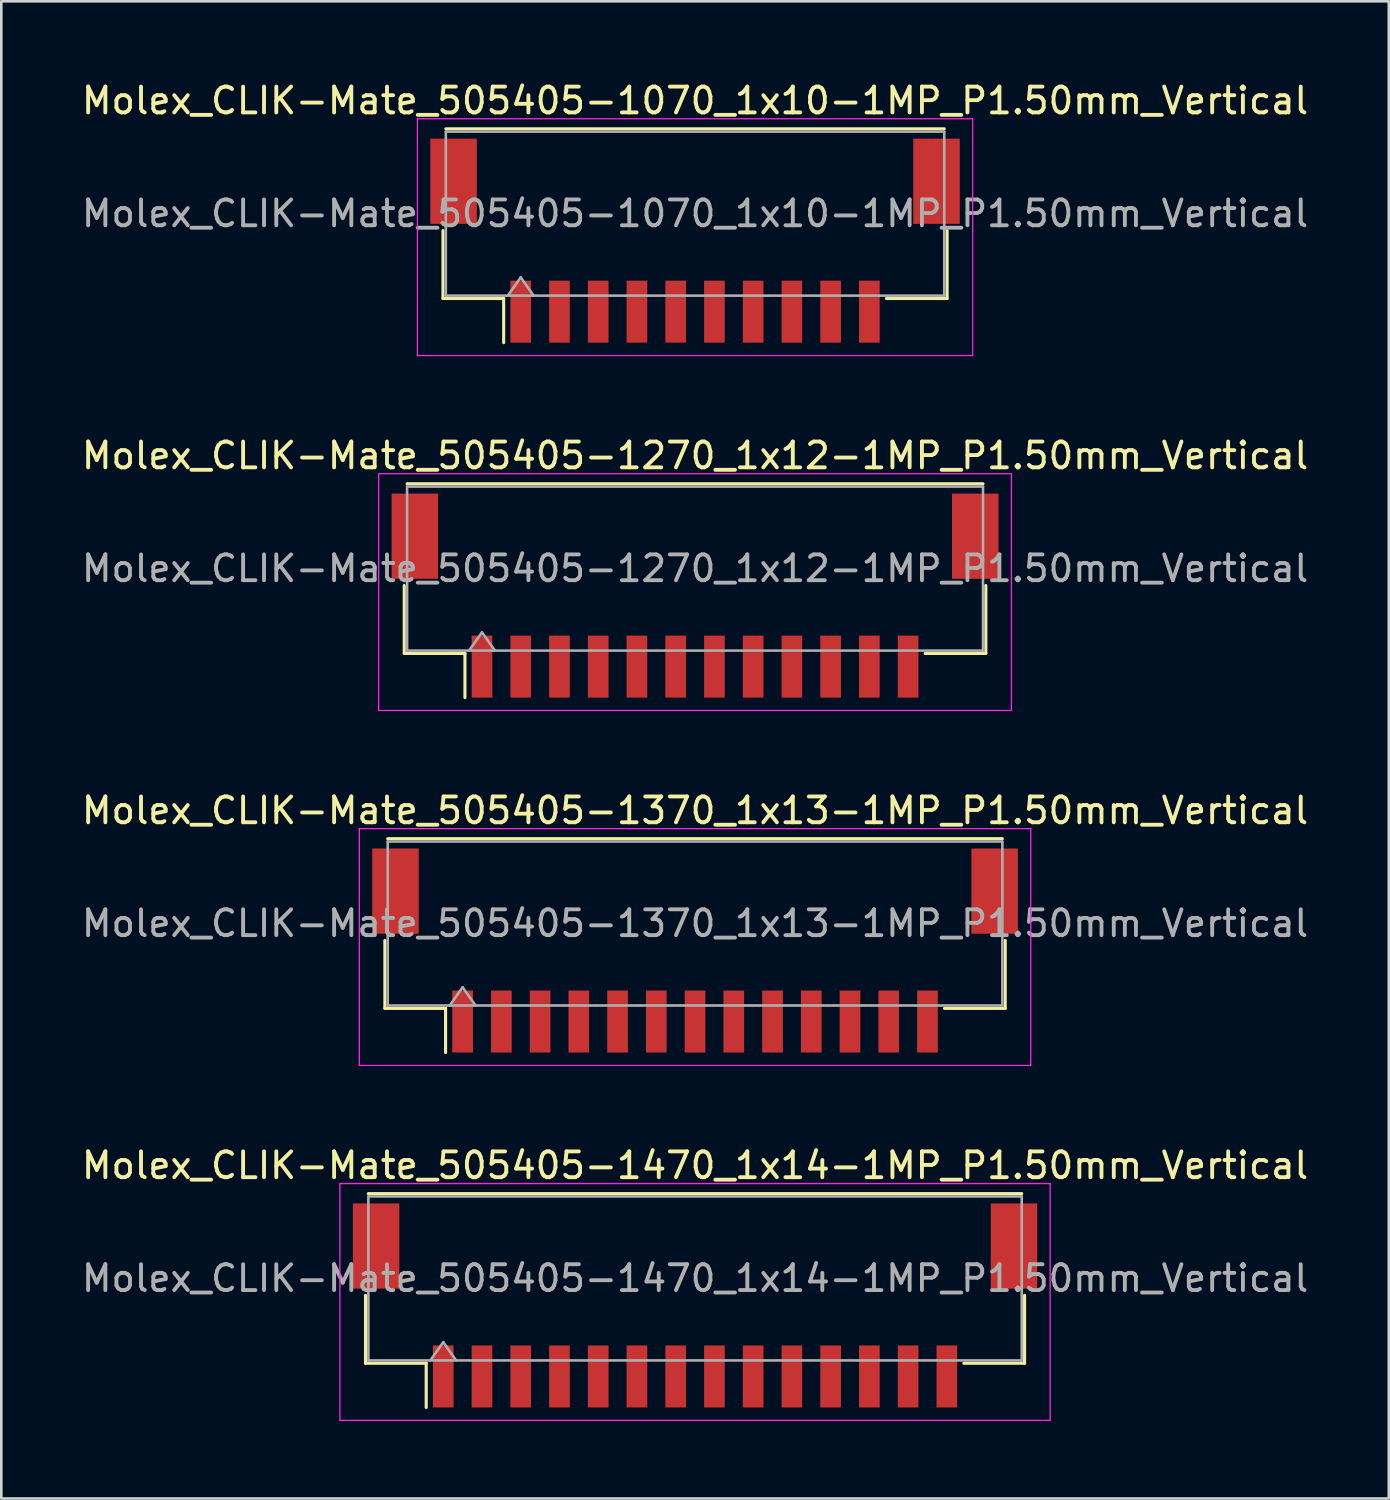
<source format=kicad_pcb>
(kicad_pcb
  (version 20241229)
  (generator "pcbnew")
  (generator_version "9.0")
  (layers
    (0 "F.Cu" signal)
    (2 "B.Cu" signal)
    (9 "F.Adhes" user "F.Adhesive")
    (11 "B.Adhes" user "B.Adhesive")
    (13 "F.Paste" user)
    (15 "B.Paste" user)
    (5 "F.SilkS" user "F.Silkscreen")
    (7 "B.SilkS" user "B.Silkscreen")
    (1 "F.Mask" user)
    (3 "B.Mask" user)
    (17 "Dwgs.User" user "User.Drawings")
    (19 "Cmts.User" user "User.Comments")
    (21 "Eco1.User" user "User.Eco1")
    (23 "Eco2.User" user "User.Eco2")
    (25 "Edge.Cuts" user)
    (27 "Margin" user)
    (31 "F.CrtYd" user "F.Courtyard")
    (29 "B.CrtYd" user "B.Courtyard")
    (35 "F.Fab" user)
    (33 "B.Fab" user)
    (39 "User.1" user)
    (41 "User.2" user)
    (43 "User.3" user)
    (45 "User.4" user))
  (footprint "Molex_CLIK-Mate_505405-1070_1x10-1MP_P1.50mm_Vertical"
    (layer "F.Cu")
    (at 23.863 6.268)
    (property "Reference" "Molex_CLIK-Mate_505405-1070_1x10-1MP_P1.50mm_Vertical" (at 0 -5.42 0) (layer "F.SilkS") (effects (font (size 1 1) (thickness 0.15))))
    (attr smd)
    (fp_line (start -9.76 -0.39) (end -9.76 2.24) (stroke (width 0.12) (type solid)) (layer "F.SilkS"))
    (fp_line (start -9.76 2.24) (end -7.41 2.24) (stroke (width 0.12) (type solid)) (layer "F.SilkS"))
    (fp_line (start -9.65 -4.33) (end 9.65 -4.33) (stroke (width 0.12) (type solid)) (layer "F.SilkS"))
    (fp_line (start -7.41 2.24) (end -7.41 3.95) (stroke (width 0.12) (type solid)) (layer "F.SilkS"))
    (fp_line (start 9.76 -0.39) (end 9.76 2.24) (stroke (width 0.12) (type solid)) (layer "F.SilkS"))
    (fp_line (start 9.76 2.24) (end 7.41 2.24) (stroke (width 0.12) (type solid)) (layer "F.SilkS"))
    (fp_line (start -10.75 -4.72) (end -10.75 4.45) (stroke (width 0.05) (type solid)) (layer "F.CrtYd"))
    (fp_line (start -10.75 4.45) (end 10.75 4.45) (stroke (width 0.05) (type solid)) (layer "F.CrtYd"))
    (fp_line (start 10.75 -4.72) (end -10.75 -4.72) (stroke (width 0.05) (type solid)) (layer "F.CrtYd"))
    (fp_line (start 10.75 4.45) (end 10.75 -4.72) (stroke (width 0.05) (type solid)) (layer "F.CrtYd"))
    (fp_line (start -9.65 -4.22) (end 9.65 -4.22) (stroke (width 0.1) (type solid)) (layer "F.Fab"))
    (fp_line (start -9.65 2.13) (end -9.65 -4.22) (stroke (width 0.1) (type solid)) (layer "F.Fab"))
    (fp_line (start -9.65 2.13) (end 9.65 2.13) (stroke (width 0.1) (type solid)) (layer "F.Fab"))
    (fp_line (start -7.25 2.13) (end -6.75 1.423) (stroke (width 0.1) (type solid)) (layer "F.Fab"))
    (fp_line (start -6.75 1.423) (end -6.25 2.13) (stroke (width 0.1) (type solid)) (layer "F.Fab"))
    (fp_line (start 9.65 2.13) (end 9.65 -4.22) (stroke (width 0.1) (type solid)) (layer "F.Fab"))
    (fp_text user "${REFERENCE}" (at 0 -1.05 0) (layer "F.Fab") (effects (font (size 1 1) (thickness 0.15))))
    (pad "1" smd rect (at -6.75 2.75) (size 0.8 2.4) (layers "F.Cu" "F.Mask" "F.Paste"))
    (pad "2" smd rect (at -5.25 2.75) (size 0.8 2.4) (layers "F.Cu" "F.Mask" "F.Paste"))
    (pad "3" smd rect (at -3.75 2.75) (size 0.8 2.4) (layers "F.Cu" "F.Mask" "F.Paste"))
    (pad "4" smd rect (at -2.25 2.75) (size 0.8 2.4) (layers "F.Cu" "F.Mask" "F.Paste"))
    (pad "5" smd rect (at -0.75 2.75) (size 0.8 2.4) (layers "F.Cu" "F.Mask" "F.Paste"))
    (pad "6" smd rect (at 0.75 2.75) (size 0.8 2.4) (layers "F.Cu" "F.Mask" "F.Paste"))
    (pad "7" smd rect (at 2.25 2.75) (size 0.8 2.4) (layers "F.Cu" "F.Mask" "F.Paste"))
    (pad "8" smd rect (at 3.75 2.75) (size 0.8 2.4) (layers "F.Cu" "F.Mask" "F.Paste"))
    (pad "9" smd rect (at 5.25 2.75) (size 0.8 2.4) (layers "F.Cu" "F.Mask" "F.Paste"))
    (pad "10" smd rect (at 6.75 2.75) (size 0.8 2.4) (layers "F.Cu" "F.Mask" "F.Paste"))
    (pad "MP" smd rect (at -9.35 -2.3) (size 1.8 3.3) (layers "F.Cu" "F.Mask" "F.Paste"))
    (pad "MP" smd rect (at 9.35 -2.3) (size 1.8 3.3) (layers "F.Cu" "F.Mask" "F.Paste")))
  (footprint "Molex_CLIK-Mate_505405-1270_1x12-1MP_P1.50mm_Vertical"
    (layer "F.Cu")
    (at 23.863 20.012)
    (property "Reference" "Molex_CLIK-Mate_505405-1270_1x12-1MP_P1.50mm_Vertical" (at 0 -5.42 0) (layer "F.SilkS") (effects (font (size 1 1) (thickness 0.15))))
    (attr smd)
    (fp_line (start -11.26 -0.39) (end -11.26 2.24) (stroke (width 0.12) (type solid)) (layer "F.SilkS"))
    (fp_line (start -11.26 2.24) (end -8.91 2.24) (stroke (width 0.12) (type solid)) (layer "F.SilkS"))
    (fp_line (start -11.15 -4.33) (end 11.15 -4.33) (stroke (width 0.12) (type solid)) (layer "F.SilkS"))
    (fp_line (start -8.91 2.24) (end -8.91 3.95) (stroke (width 0.12) (type solid)) (layer "F.SilkS"))
    (fp_line (start 11.26 -0.39) (end 11.26 2.24) (stroke (width 0.12) (type solid)) (layer "F.SilkS"))
    (fp_line (start 11.26 2.24) (end 8.91 2.24) (stroke (width 0.12) (type solid)) (layer "F.SilkS"))
    (fp_line (start -12.25 -4.72) (end -12.25 4.45) (stroke (width 0.05) (type solid)) (layer "F.CrtYd"))
    (fp_line (start -12.25 4.45) (end 12.25 4.45) (stroke (width 0.05) (type solid)) (layer "F.CrtYd"))
    (fp_line (start 12.25 -4.72) (end -12.25 -4.72) (stroke (width 0.05) (type solid)) (layer "F.CrtYd"))
    (fp_line (start 12.25 4.45) (end 12.25 -4.72) (stroke (width 0.05) (type solid)) (layer "F.CrtYd"))
    (fp_line (start -11.15 -4.22) (end 11.15 -4.22) (stroke (width 0.1) (type solid)) (layer "F.Fab"))
    (fp_line (start -11.15 2.13) (end -11.15 -4.22) (stroke (width 0.1) (type solid)) (layer "F.Fab"))
    (fp_line (start -11.15 2.13) (end 11.15 2.13) (stroke (width 0.1) (type solid)) (layer "F.Fab"))
    (fp_line (start -8.75 2.13) (end -8.25 1.423) (stroke (width 0.1) (type solid)) (layer "F.Fab"))
    (fp_line (start -8.25 1.423) (end -7.75 2.13) (stroke (width 0.1) (type solid)) (layer "F.Fab"))
    (fp_line (start 11.15 2.13) (end 11.15 -4.22) (stroke (width 0.1) (type solid)) (layer "F.Fab"))
    (fp_text user "${REFERENCE}" (at 0 -1.05 0) (layer "F.Fab") (effects (font (size 1 1) (thickness 0.15))))
    (pad "1" smd rect (at -8.25 2.75) (size 0.8 2.4) (layers "F.Cu" "F.Mask" "F.Paste"))
    (pad "2" smd rect (at -6.75 2.75) (size 0.8 2.4) (layers "F.Cu" "F.Mask" "F.Paste"))
    (pad "3" smd rect (at -5.25 2.75) (size 0.8 2.4) (layers "F.Cu" "F.Mask" "F.Paste"))
    (pad "4" smd rect (at -3.75 2.75) (size 0.8 2.4) (layers "F.Cu" "F.Mask" "F.Paste"))
    (pad "5" smd rect (at -2.25 2.75) (size 0.8 2.4) (layers "F.Cu" "F.Mask" "F.Paste"))
    (pad "6" smd rect (at -0.75 2.75) (size 0.8 2.4) (layers "F.Cu" "F.Mask" "F.Paste"))
    (pad "7" smd rect (at 0.75 2.75) (size 0.8 2.4) (layers "F.Cu" "F.Mask" "F.Paste"))
    (pad "8" smd rect (at 2.25 2.75) (size 0.8 2.4) (layers "F.Cu" "F.Mask" "F.Paste"))
    (pad "9" smd rect (at 3.75 2.75) (size 0.8 2.4) (layers "F.Cu" "F.Mask" "F.Paste"))
    (pad "10" smd rect (at 5.25 2.75) (size 0.8 2.4) (layers "F.Cu" "F.Mask" "F.Paste"))
    (pad "11" smd rect (at 6.75 2.75) (size 0.8 2.4) (layers "F.Cu" "F.Mask" "F.Paste"))
    (pad "12" smd rect (at 8.25 2.75) (size 0.8 2.4) (layers "F.Cu" "F.Mask" "F.Paste"))
    (pad "MP" smd rect (at -10.85 -2.3) (size 1.8 3.3) (layers "F.Cu" "F.Mask" "F.Paste"))
    (pad "MP" smd rect (at 10.85 -2.3) (size 1.8 3.3) (layers "F.Cu" "F.Mask" "F.Paste")))
  (footprint "Molex_CLIK-Mate_505405-1370_1x13-1MP_P1.50mm_Vertical"
    (layer "F.Cu")
    (at 23.863 33.755)
    (property "Reference" "Molex_CLIK-Mate_505405-1370_1x13-1MP_P1.50mm_Vertical" (at 0 -5.42 0) (layer "F.SilkS") (effects (font (size 1 1) (thickness 0.15))))
    (attr smd)
    (fp_line (start -12.01 -0.39) (end -12.01 2.24) (stroke (width 0.12) (type solid)) (layer "F.SilkS"))
    (fp_line (start -12.01 2.24) (end -9.66 2.24) (stroke (width 0.12) (type solid)) (layer "F.SilkS"))
    (fp_line (start -11.9 -4.33) (end 11.9 -4.33) (stroke (width 0.12) (type solid)) (layer "F.SilkS"))
    (fp_line (start -9.66 2.24) (end -9.66 3.95) (stroke (width 0.12) (type solid)) (layer "F.SilkS"))
    (fp_line (start 12.01 -0.39) (end 12.01 2.24) (stroke (width 0.12) (type solid)) (layer "F.SilkS"))
    (fp_line (start 12.01 2.24) (end 9.66 2.24) (stroke (width 0.12) (type solid)) (layer "F.SilkS"))
    (fp_line (start -13 -4.72) (end -13 4.45) (stroke (width 0.05) (type solid)) (layer "F.CrtYd"))
    (fp_line (start -13 4.45) (end 13 4.45) (stroke (width 0.05) (type solid)) (layer "F.CrtYd"))
    (fp_line (start 13 -4.72) (end -13 -4.72) (stroke (width 0.05) (type solid)) (layer "F.CrtYd"))
    (fp_line (start 13 4.45) (end 13 -4.72) (stroke (width 0.05) (type solid)) (layer "F.CrtYd"))
    (fp_line (start -11.9 -4.22) (end 11.9 -4.22) (stroke (width 0.1) (type solid)) (layer "F.Fab"))
    (fp_line (start -11.9 2.13) (end -11.9 -4.22) (stroke (width 0.1) (type solid)) (layer "F.Fab"))
    (fp_line (start -11.9 2.13) (end 11.9 2.13) (stroke (width 0.1) (type solid)) (layer "F.Fab"))
    (fp_line (start -9.5 2.13) (end -9 1.423) (stroke (width 0.1) (type solid)) (layer "F.Fab"))
    (fp_line (start -9 1.423) (end -8.5 2.13) (stroke (width 0.1) (type solid)) (layer "F.Fab"))
    (fp_line (start 11.9 2.13) (end 11.9 -4.22) (stroke (width 0.1) (type solid)) (layer "F.Fab"))
    (fp_text user "${REFERENCE}" (at 0 -1.05 0) (layer "F.Fab") (effects (font (size 1 1) (thickness 0.15))))
    (pad "1" smd rect (at -9 2.75) (size 0.8 2.4) (layers "F.Cu" "F.Mask" "F.Paste"))
    (pad "2" smd rect (at -7.5 2.75) (size 0.8 2.4) (layers "F.Cu" "F.Mask" "F.Paste"))
    (pad "3" smd rect (at -6 2.75) (size 0.8 2.4) (layers "F.Cu" "F.Mask" "F.Paste"))
    (pad "4" smd rect (at -4.5 2.75) (size 0.8 2.4) (layers "F.Cu" "F.Mask" "F.Paste"))
    (pad "5" smd rect (at -3 2.75) (size 0.8 2.4) (layers "F.Cu" "F.Mask" "F.Paste"))
    (pad "6" smd rect (at -1.5 2.75) (size 0.8 2.4) (layers "F.Cu" "F.Mask" "F.Paste"))
    (pad "7" smd rect (at 0 2.75) (size 0.8 2.4) (layers "F.Cu" "F.Mask" "F.Paste"))
    (pad "8" smd rect (at 1.5 2.75) (size 0.8 2.4) (layers "F.Cu" "F.Mask" "F.Paste"))
    (pad "9" smd rect (at 3 2.75) (size 0.8 2.4) (layers "F.Cu" "F.Mask" "F.Paste"))
    (pad "10" smd rect (at 4.5 2.75) (size 0.8 2.4) (layers "F.Cu" "F.Mask" "F.Paste"))
    (pad "11" smd rect (at 6 2.75) (size 0.8 2.4) (layers "F.Cu" "F.Mask" "F.Paste"))
    (pad "12" smd rect (at 7.5 2.75) (size 0.8 2.4) (layers "F.Cu" "F.Mask" "F.Paste"))
    (pad "13" smd rect (at 9 2.75) (size 0.8 2.4) (layers "F.Cu" "F.Mask" "F.Paste"))
    (pad "MP" smd rect (at -11.6 -2.3) (size 1.8 3.3) (layers "F.Cu" "F.Mask" "F.Paste"))
    (pad "MP" smd rect (at 11.6 -2.3) (size 1.8 3.3) (layers "F.Cu" "F.Mask" "F.Paste")))
  (footprint "Molex_CLIK-Mate_505405-1470_1x14-1MP_P1.50mm_Vertical"
    (layer "F.Cu")
    (at 23.863 47.498)
    (property "Reference" "Molex_CLIK-Mate_505405-1470_1x14-1MP_P1.50mm_Vertical" (at 0 -5.42 0) (layer "F.SilkS") (effects (font (size 1 1) (thickness 0.15))))
    (attr smd)
    (fp_line (start -12.76 -0.39) (end -12.76 2.24) (stroke (width 0.12) (type solid)) (layer "F.SilkS"))
    (fp_line (start -12.76 2.24) (end -10.41 2.24) (stroke (width 0.12) (type solid)) (layer "F.SilkS"))
    (fp_line (start -12.65 -4.33) (end 12.65 -4.33) (stroke (width 0.12) (type solid)) (layer "F.SilkS"))
    (fp_line (start -10.41 2.24) (end -10.41 3.95) (stroke (width 0.12) (type solid)) (layer "F.SilkS"))
    (fp_line (start 12.76 -0.39) (end 12.76 2.24) (stroke (width 0.12) (type solid)) (layer "F.SilkS"))
    (fp_line (start 12.76 2.24) (end 10.41 2.24) (stroke (width 0.12) (type solid)) (layer "F.SilkS"))
    (fp_line (start -13.75 -4.72) (end -13.75 4.45) (stroke (width 0.05) (type solid)) (layer "F.CrtYd"))
    (fp_line (start -13.75 4.45) (end 13.75 4.45) (stroke (width 0.05) (type solid)) (layer "F.CrtYd"))
    (fp_line (start 13.75 -4.72) (end -13.75 -4.72) (stroke (width 0.05) (type solid)) (layer "F.CrtYd"))
    (fp_line (start 13.75 4.45) (end 13.75 -4.72) (stroke (width 0.05) (type solid)) (layer "F.CrtYd"))
    (fp_line (start -12.65 -4.22) (end 12.65 -4.22) (stroke (width 0.1) (type solid)) (layer "F.Fab"))
    (fp_line (start -12.65 2.13) (end -12.65 -4.22) (stroke (width 0.1) (type solid)) (layer "F.Fab"))
    (fp_line (start -12.65 2.13) (end 12.65 2.13) (stroke (width 0.1) (type solid)) (layer "F.Fab"))
    (fp_line (start -10.25 2.13) (end -9.75 1.423) (stroke (width 0.1) (type solid)) (layer "F.Fab"))
    (fp_line (start -9.75 1.423) (end -9.25 2.13) (stroke (width 0.1) (type solid)) (layer "F.Fab"))
    (fp_line (start 12.65 2.13) (end 12.65 -4.22) (stroke (width 0.1) (type solid)) (layer "F.Fab"))
    (fp_text user "${REFERENCE}" (at 0 -1.05 0) (layer "F.Fab") (effects (font (size 1 1) (thickness 0.15))))
    (pad "1" smd rect (at -9.75 2.75) (size 0.8 2.4) (layers "F.Cu" "F.Mask" "F.Paste"))
    (pad "2" smd rect (at -8.25 2.75) (size 0.8 2.4) (layers "F.Cu" "F.Mask" "F.Paste"))
    (pad "3" smd rect (at -6.75 2.75) (size 0.8 2.4) (layers "F.Cu" "F.Mask" "F.Paste"))
    (pad "4" smd rect (at -5.25 2.75) (size 0.8 2.4) (layers "F.Cu" "F.Mask" "F.Paste"))
    (pad "5" smd rect (at -3.75 2.75) (size 0.8 2.4) (layers "F.Cu" "F.Mask" "F.Paste"))
    (pad "6" smd rect (at -2.25 2.75) (size 0.8 2.4) (layers "F.Cu" "F.Mask" "F.Paste"))
    (pad "7" smd rect (at -0.75 2.75) (size 0.8 2.4) (layers "F.Cu" "F.Mask" "F.Paste"))
    (pad "8" smd rect (at 0.75 2.75) (size 0.8 2.4) (layers "F.Cu" "F.Mask" "F.Paste"))
    (pad "9" smd rect (at 2.25 2.75) (size 0.8 2.4) (layers "F.Cu" "F.Mask" "F.Paste"))
    (pad "10" smd rect (at 3.75 2.75) (size 0.8 2.4) (layers "F.Cu" "F.Mask" "F.Paste"))
    (pad "11" smd rect (at 5.25 2.75) (size 0.8 2.4) (layers "F.Cu" "F.Mask" "F.Paste"))
    (pad "12" smd rect (at 6.75 2.75) (size 0.8 2.4) (layers "F.Cu" "F.Mask" "F.Paste"))
    (pad "13" smd rect (at 8.25 2.75) (size 0.8 2.4) (layers "F.Cu" "F.Mask" "F.Paste"))
    (pad "14" smd rect (at 9.75 2.75) (size 0.8 2.4) (layers "F.Cu" "F.Mask" "F.Paste"))
    (pad "MP" smd rect (at -12.35 -2.3) (size 1.8 3.3) (layers "F.Cu" "F.Mask" "F.Paste"))
    (pad "MP" smd rect (at 12.35 -2.3) (size 1.8 3.3) (layers "F.Cu" "F.Mask" "F.Paste")))
  (gr_rect
    (start -3 -3)
    (end 50.726 54.973)
    (stroke (width 0.1) (type default))
    (fill no)
    (layer "Edge.Cuts")))
</source>
